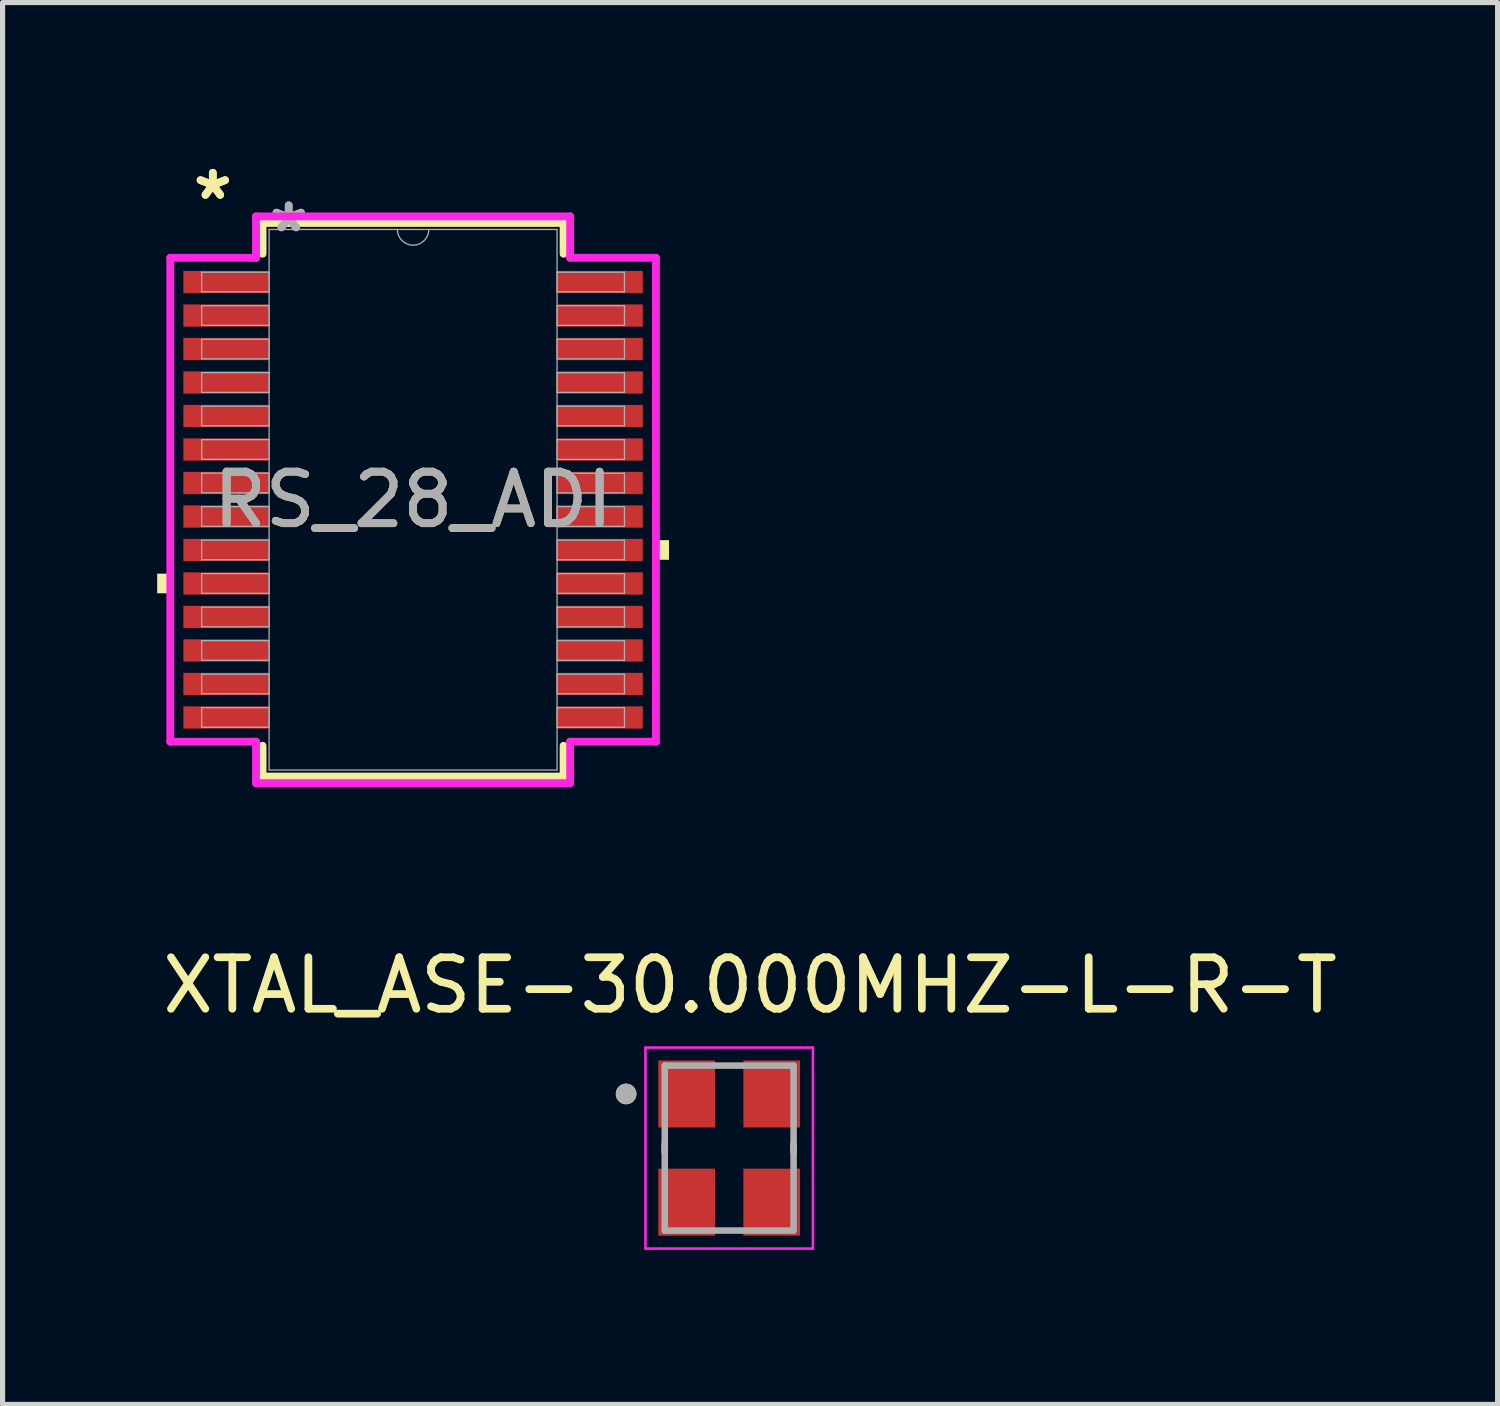
<source format=kicad_pcb>
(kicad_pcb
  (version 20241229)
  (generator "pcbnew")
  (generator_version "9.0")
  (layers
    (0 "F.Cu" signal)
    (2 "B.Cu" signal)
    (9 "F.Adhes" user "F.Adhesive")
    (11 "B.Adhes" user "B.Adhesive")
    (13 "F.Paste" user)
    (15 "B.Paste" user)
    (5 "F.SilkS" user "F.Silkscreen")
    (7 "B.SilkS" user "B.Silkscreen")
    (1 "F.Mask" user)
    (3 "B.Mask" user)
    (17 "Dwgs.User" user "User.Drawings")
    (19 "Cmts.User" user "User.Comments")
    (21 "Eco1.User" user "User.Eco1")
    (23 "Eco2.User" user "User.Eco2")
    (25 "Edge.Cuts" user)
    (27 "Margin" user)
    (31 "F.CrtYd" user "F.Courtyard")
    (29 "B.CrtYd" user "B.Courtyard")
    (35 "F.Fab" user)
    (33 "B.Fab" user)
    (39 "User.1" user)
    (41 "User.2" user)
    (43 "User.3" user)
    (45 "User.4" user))
  (footprint "XTAL_ASE-30.000MHZ-L-R-T"
    (layer "F.Cu")
    (at 11.1 19.229)
    (property "Reference" "XTAL_ASE-30.000MHZ-L-R-T" (at 0.406 -3.158 0) (layer "F.SilkS") (effects (font (size 1 1) (thickness 0.15))))
    (attr smd)
    (fp_line (start -1.25 -0.08) (end -1.25 0.08) (stroke (width 0.127) (type solid)) (layer "F.SilkS"))
    (fp_line (start 1.25 0.08) (end 1.25 -0.08) (stroke (width 0.127) (type solid)) (layer "F.SilkS"))
    (fp_circle (center -2 -1.05) (end -1.9 -1.05) (stroke (width 0.2) (type solid)) (fill no) (layer "F.SilkS"))
    (fp_line (start -1.625 -1.95) (end 1.625 -1.95) (stroke (width 0.05) (type solid)) (layer "F.CrtYd"))
    (fp_line (start -1.625 1.95) (end -1.625 -1.95) (stroke (width 0.05) (type solid)) (layer "F.CrtYd"))
    (fp_line (start 1.625 -1.95) (end 1.625 1.95) (stroke (width 0.05) (type solid)) (layer "F.CrtYd"))
    (fp_line (start 1.625 1.95) (end -1.625 1.95) (stroke (width 0.05) (type solid)) (layer "F.CrtYd"))
    (fp_line (start -1.25 -1.6) (end 1.25 -1.6) (stroke (width 0.127) (type solid)) (layer "F.Fab"))
    (fp_line (start -1.25 1.6) (end -1.25 -1.6) (stroke (width 0.127) (type solid)) (layer "F.Fab"))
    (fp_line (start 1.25 -1.6) (end 1.25 1.6) (stroke (width 0.127) (type solid)) (layer "F.Fab"))
    (fp_line (start 1.25 1.6) (end -1.25 1.6) (stroke (width 0.127) (type solid)) (layer "F.Fab"))
    (fp_circle (center -2 -1.05) (end -1.9 -1.05) (stroke (width 0.2) (type solid)) (fill no) (layer "F.Fab"))
    (pad "1" smd rect (at -0.825 -1.05) (size 1.1 1.3) (layers "F.Cu" "F.Mask" "F.Paste"))
    (pad "2" smd rect (at -0.825 1.05) (size 1.1 1.3) (layers "F.Cu" "F.Mask" "F.Paste"))
    (pad "3" smd rect (at 0.825 1.05) (size 1.1 1.3) (layers "F.Cu" "F.Mask" "F.Paste"))
    (pad "4" smd rect (at 0.825 -1.05) (size 1.1 1.3) (layers "F.Cu" "F.Mask" "F.Paste")))
  (footprint "RS_28_ADI"
    (layer "F.Cu")
    (at 4.966 6.648)
    (property "Reference" "RS_28_ADI" (at 0 0 0) (unlocked yes) (layer "F.SilkS") (effects (font (size 1 1) (thickness 0.15))))
    (attr smd)
    (fp_line (start -2.921 -5.372) (end -2.921 -4.774) (stroke (width 0.152) (type solid)) (layer "F.SilkS"))
    (fp_line (start -2.921 4.774) (end -2.921 5.372) (stroke (width 0.152) (type solid)) (layer "F.SilkS"))
    (fp_line (start -2.921 5.372) (end 2.921 5.372) (stroke (width 0.152) (type solid)) (layer "F.SilkS"))
    (fp_line (start 2.921 -5.372) (end -2.921 -5.372) (stroke (width 0.152) (type solid)) (layer "F.SilkS"))
    (fp_line (start 2.921 -4.774) (end 2.921 -5.372) (stroke (width 0.152) (type solid)) (layer "F.SilkS"))
    (fp_line (start 2.921 5.372) (end 2.921 4.774) (stroke (width 0.152) (type solid)) (layer "F.SilkS"))
    (fp_poly (pts (xy -4.966 1.434) (xy -4.966 1.815) (xy -4.712 1.815) (xy -4.712 1.434)) (stroke (width 0) (type solid)) (fill yes) (layer "F.SilkS"))
    (fp_poly (pts (xy 4.966 0.784) (xy 4.966 1.165) (xy 4.712 1.165) (xy 4.712 0.784)) (stroke (width 0) (type solid)) (fill yes) (layer "F.SilkS"))
    (fp_line (start -4.712 -4.695) (end -3.048 -4.695) (stroke (width 0.152) (type solid)) (layer "F.CrtYd"))
    (fp_line (start -4.712 4.695) (end -4.712 -4.695) (stroke (width 0.152) (type solid)) (layer "F.CrtYd"))
    (fp_line (start -4.712 4.695) (end -3.048 4.695) (stroke (width 0.152) (type solid)) (layer "F.CrtYd"))
    (fp_line (start -3.048 -5.499) (end 3.048 -5.499) (stroke (width 0.152) (type solid)) (layer "F.CrtYd"))
    (fp_line (start -3.048 -4.695) (end -3.048 -5.499) (stroke (width 0.152) (type solid)) (layer "F.CrtYd"))
    (fp_line (start -3.048 5.499) (end -3.048 4.695) (stroke (width 0.152) (type solid)) (layer "F.CrtYd"))
    (fp_line (start 3.048 -5.499) (end 3.048 -4.695) (stroke (width 0.152) (type solid)) (layer "F.CrtYd"))
    (fp_line (start 3.048 4.695) (end 3.048 5.499) (stroke (width 0.152) (type solid)) (layer "F.CrtYd"))
    (fp_line (start 3.048 5.499) (end -3.048 5.499) (stroke (width 0.152) (type solid)) (layer "F.CrtYd"))
    (fp_line (start 4.712 -4.695) (end 3.048 -4.695) (stroke (width 0.152) (type solid)) (layer "F.CrtYd"))
    (fp_line (start 4.712 -4.695) (end 4.712 4.695) (stroke (width 0.152) (type solid)) (layer "F.CrtYd"))
    (fp_line (start 4.712 4.695) (end 3.048 4.695) (stroke (width 0.152) (type solid)) (layer "F.CrtYd"))
    (fp_line (start -4.102 -4.415) (end -4.102 -4.035) (stroke (width 0.025) (type solid)) (layer "F.Fab"))
    (fp_line (start -4.102 -4.035) (end -2.794 -4.035) (stroke (width 0.025) (type solid)) (layer "F.Fab"))
    (fp_line (start -4.102 -3.765) (end -4.102 -3.385) (stroke (width 0.025) (type solid)) (layer "F.Fab"))
    (fp_line (start -4.102 -3.385) (end -2.794 -3.385) (stroke (width 0.025) (type solid)) (layer "F.Fab"))
    (fp_line (start -4.102 -3.115) (end -4.102 -2.735) (stroke (width 0.025) (type solid)) (layer "F.Fab"))
    (fp_line (start -4.102 -2.735) (end -2.794 -2.735) (stroke (width 0.025) (type solid)) (layer "F.Fab"))
    (fp_line (start -4.102 -2.466) (end -4.102 -2.084) (stroke (width 0.025) (type solid)) (layer "F.Fab"))
    (fp_line (start -4.102 -2.084) (end -2.794 -2.084) (stroke (width 0.025) (type solid)) (layer "F.Fab"))
    (fp_line (start -4.102 -1.816) (end -4.102 -1.435) (stroke (width 0.025) (type solid)) (layer "F.Fab"))
    (fp_line (start -4.102 -1.435) (end -2.794 -1.435) (stroke (width 0.025) (type solid)) (layer "F.Fab"))
    (fp_line (start -4.102 -1.166) (end -4.102 -0.785) (stroke (width 0.025) (type solid)) (layer "F.Fab"))
    (fp_line (start -4.102 -0.785) (end -2.794 -0.785) (stroke (width 0.025) (type solid)) (layer "F.Fab"))
    (fp_line (start -4.102 -0.516) (end -4.102 -0.135) (stroke (width 0.025) (type solid)) (layer "F.Fab"))
    (fp_line (start -4.102 -0.135) (end -2.794 -0.135) (stroke (width 0.025) (type solid)) (layer "F.Fab"))
    (fp_line (start -4.102 0.134) (end -4.102 0.515) (stroke (width 0.025) (type solid)) (layer "F.Fab"))
    (fp_line (start -4.102 0.515) (end -2.794 0.515) (stroke (width 0.025) (type solid)) (layer "F.Fab"))
    (fp_line (start -4.102 0.784) (end -4.102 1.165) (stroke (width 0.025) (type solid)) (layer "F.Fab"))
    (fp_line (start -4.102 1.165) (end -2.794 1.165) (stroke (width 0.025) (type solid)) (layer "F.Fab"))
    (fp_line (start -4.102 1.434) (end -4.102 1.815) (stroke (width 0.025) (type solid)) (layer "F.Fab"))
    (fp_line (start -4.102 1.815) (end -2.794 1.815) (stroke (width 0.025) (type solid)) (layer "F.Fab"))
    (fp_line (start -4.102 2.084) (end -4.102 2.465) (stroke (width 0.025) (type solid)) (layer "F.Fab"))
    (fp_line (start -4.102 2.465) (end -2.794 2.465) (stroke (width 0.025) (type solid)) (layer "F.Fab"))
    (fp_line (start -4.102 2.734) (end -4.102 3.115) (stroke (width 0.025) (type solid)) (layer "F.Fab"))
    (fp_line (start -4.102 3.115) (end -2.794 3.115) (stroke (width 0.025) (type solid)) (layer "F.Fab"))
    (fp_line (start -4.102 3.384) (end -4.102 3.765) (stroke (width 0.025) (type solid)) (layer "F.Fab"))
    (fp_line (start -4.102 3.765) (end -2.794 3.765) (stroke (width 0.025) (type solid)) (layer "F.Fab"))
    (fp_line (start -4.102 4.034) (end -4.102 4.415) (stroke (width 0.025) (type solid)) (layer "F.Fab"))
    (fp_line (start -4.102 4.415) (end -2.794 4.415) (stroke (width 0.025) (type solid)) (layer "F.Fab"))
    (fp_line (start -2.794 -5.245) (end -2.794 5.245) (stroke (width 0.025) (type solid)) (layer "F.Fab"))
    (fp_line (start -2.794 -4.415) (end -4.102 -4.415) (stroke (width 0.025) (type solid)) (layer "F.Fab"))
    (fp_line (start -2.794 -4.035) (end -2.794 -4.415) (stroke (width 0.025) (type solid)) (layer "F.Fab"))
    (fp_line (start -2.794 -3.765) (end -4.102 -3.765) (stroke (width 0.025) (type solid)) (layer "F.Fab"))
    (fp_line (start -2.794 -3.385) (end -2.794 -3.765) (stroke (width 0.025) (type solid)) (layer "F.Fab"))
    (fp_line (start -2.794 -3.115) (end -4.102 -3.115) (stroke (width 0.025) (type solid)) (layer "F.Fab"))
    (fp_line (start -2.794 -2.735) (end -2.794 -3.115) (stroke (width 0.025) (type solid)) (layer "F.Fab"))
    (fp_line (start -2.794 -2.466) (end -4.102 -2.466) (stroke (width 0.025) (type solid)) (layer "F.Fab"))
    (fp_line (start -2.794 -2.084) (end -2.794 -2.466) (stroke (width 0.025) (type solid)) (layer "F.Fab"))
    (fp_line (start -2.794 -1.816) (end -4.102 -1.816) (stroke (width 0.025) (type solid)) (layer "F.Fab"))
    (fp_line (start -2.794 -1.435) (end -2.794 -1.816) (stroke (width 0.025) (type solid)) (layer "F.Fab"))
    (fp_line (start -2.794 -1.166) (end -4.102 -1.166) (stroke (width 0.025) (type solid)) (layer "F.Fab"))
    (fp_line (start -2.794 -0.785) (end -2.794 -1.166) (stroke (width 0.025) (type solid)) (layer "F.Fab"))
    (fp_line (start -2.794 -0.516) (end -4.102 -0.516) (stroke (width 0.025) (type solid)) (layer "F.Fab"))
    (fp_line (start -2.794 -0.135) (end -2.794 -0.516) (stroke (width 0.025) (type solid)) (layer "F.Fab"))
    (fp_line (start -2.794 0.134) (end -4.102 0.134) (stroke (width 0.025) (type solid)) (layer "F.Fab"))
    (fp_line (start -2.794 0.515) (end -2.794 0.134) (stroke (width 0.025) (type solid)) (layer "F.Fab"))
    (fp_line (start -2.794 0.784) (end -4.102 0.784) (stroke (width 0.025) (type solid)) (layer "F.Fab"))
    (fp_line (start -2.794 1.165) (end -2.794 0.784) (stroke (width 0.025) (type solid)) (layer "F.Fab"))
    (fp_line (start -2.794 1.434) (end -4.102 1.434) (stroke (width 0.025) (type solid)) (layer "F.Fab"))
    (fp_line (start -2.794 1.815) (end -2.794 1.434) (stroke (width 0.025) (type solid)) (layer "F.Fab"))
    (fp_line (start -2.794 2.084) (end -4.102 2.084) (stroke (width 0.025) (type solid)) (layer "F.Fab"))
    (fp_line (start -2.794 2.465) (end -2.794 2.084) (stroke (width 0.025) (type solid)) (layer "F.Fab"))
    (fp_line (start -2.794 2.734) (end -4.102 2.734) (stroke (width 0.025) (type solid)) (layer "F.Fab"))
    (fp_line (start -2.794 3.115) (end -2.794 2.734) (stroke (width 0.025) (type solid)) (layer "F.Fab"))
    (fp_line (start -2.794 3.384) (end -4.102 3.384) (stroke (width 0.025) (type solid)) (layer "F.Fab"))
    (fp_line (start -2.794 3.765) (end -2.794 3.384) (stroke (width 0.025) (type solid)) (layer "F.Fab"))
    (fp_line (start -2.794 4.034) (end -4.102 4.034) (stroke (width 0.025) (type solid)) (layer "F.Fab"))
    (fp_line (start -2.794 4.415) (end -2.794 4.034) (stroke (width 0.025) (type solid)) (layer "F.Fab"))
    (fp_line (start -2.794 5.245) (end 2.794 5.245) (stroke (width 0.025) (type solid)) (layer "F.Fab"))
    (fp_line (start 2.794 -5.245) (end -2.794 -5.245) (stroke (width 0.025) (type solid)) (layer "F.Fab"))
    (fp_line (start 2.794 -4.415) (end 2.794 -4.034) (stroke (width 0.025) (type solid)) (layer "F.Fab"))
    (fp_line (start 2.794 -4.034) (end 4.102 -4.034) (stroke (width 0.025) (type solid)) (layer "F.Fab"))
    (fp_line (start 2.794 -3.765) (end 2.794 -3.384) (stroke (width 0.025) (type solid)) (layer "F.Fab"))
    (fp_line (start 2.794 -3.384) (end 4.102 -3.384) (stroke (width 0.025) (type solid)) (layer "F.Fab"))
    (fp_line (start 2.794 -3.115) (end 2.794 -2.734) (stroke (width 0.025) (type solid)) (layer "F.Fab"))
    (fp_line (start 2.794 -2.734) (end 4.102 -2.734) (stroke (width 0.025) (type solid)) (layer "F.Fab"))
    (fp_line (start 2.794 -2.465) (end 2.794 -2.084) (stroke (width 0.025) (type solid)) (layer "F.Fab"))
    (fp_line (start 2.794 -2.084) (end 4.102 -2.084) (stroke (width 0.025) (type solid)) (layer "F.Fab"))
    (fp_line (start 2.794 -1.815) (end 2.794 -1.434) (stroke (width 0.025) (type solid)) (layer "F.Fab"))
    (fp_line (start 2.794 -1.434) (end 4.102 -1.434) (stroke (width 0.025) (type solid)) (layer "F.Fab"))
    (fp_line (start 2.794 -1.165) (end 2.794 -0.784) (stroke (width 0.025) (type solid)) (layer "F.Fab"))
    (fp_line (start 2.794 -0.784) (end 4.102 -0.784) (stroke (width 0.025) (type solid)) (layer "F.Fab"))
    (fp_line (start 2.794 -0.515) (end 2.794 -0.134) (stroke (width 0.025) (type solid)) (layer "F.Fab"))
    (fp_line (start 2.794 -0.134) (end 4.102 -0.134) (stroke (width 0.025) (type solid)) (layer "F.Fab"))
    (fp_line (start 2.794 0.135) (end 2.794 0.516) (stroke (width 0.025) (type solid)) (layer "F.Fab"))
    (fp_line (start 2.794 0.516) (end 4.102 0.516) (stroke (width 0.025) (type solid)) (layer "F.Fab"))
    (fp_line (start 2.794 0.784) (end 2.794 1.165) (stroke (width 0.025) (type solid)) (layer "F.Fab"))
    (fp_line (start 2.794 1.165) (end 4.102 1.165) (stroke (width 0.025) (type solid)) (layer "F.Fab"))
    (fp_line (start 2.794 1.435) (end 2.794 1.815) (stroke (width 0.025) (type solid)) (layer "F.Fab"))
    (fp_line (start 2.794 1.815) (end 4.102 1.815) (stroke (width 0.025) (type solid)) (layer "F.Fab"))
    (fp_line (start 2.794 2.084) (end 2.794 2.466) (stroke (width 0.025) (type solid)) (layer "F.Fab"))
    (fp_line (start 2.794 2.466) (end 4.102 2.466) (stroke (width 0.025) (type solid)) (layer "F.Fab"))
    (fp_line (start 2.794 2.735) (end 2.794 3.115) (stroke (width 0.025) (type solid)) (layer "F.Fab"))
    (fp_line (start 2.794 3.115) (end 4.102 3.115) (stroke (width 0.025) (type solid)) (layer "F.Fab"))
    (fp_line (start 2.794 3.385) (end 2.794 3.765) (stroke (width 0.025) (type solid)) (layer "F.Fab"))
    (fp_line (start 2.794 3.765) (end 4.102 3.765) (stroke (width 0.025) (type solid)) (layer "F.Fab"))
    (fp_line (start 2.794 4.035) (end 2.794 4.415) (stroke (width 0.025) (type solid)) (layer "F.Fab"))
    (fp_line (start 2.794 4.415) (end 4.102 4.415) (stroke (width 0.025) (type solid)) (layer "F.Fab"))
    (fp_line (start 2.794 5.245) (end 2.794 -5.245) (stroke (width 0.025) (type solid)) (layer "F.Fab"))
    (fp_line (start 4.102 -4.415) (end 2.794 -4.415) (stroke (width 0.025) (type solid)) (layer "F.Fab"))
    (fp_line (start 4.102 -4.034) (end 4.102 -4.415) (stroke (width 0.025) (type solid)) (layer "F.Fab"))
    (fp_line (start 4.102 -3.765) (end 2.794 -3.765) (stroke (width 0.025) (type solid)) (layer "F.Fab"))
    (fp_line (start 4.102 -3.384) (end 4.102 -3.765) (stroke (width 0.025) (type solid)) (layer "F.Fab"))
    (fp_line (start 4.102 -3.115) (end 2.794 -3.115) (stroke (width 0.025) (type solid)) (layer "F.Fab"))
    (fp_line (start 4.102 -2.734) (end 4.102 -3.115) (stroke (width 0.025) (type solid)) (layer "F.Fab"))
    (fp_line (start 4.102 -2.465) (end 2.794 -2.465) (stroke (width 0.025) (type solid)) (layer "F.Fab"))
    (fp_line (start 4.102 -2.084) (end 4.102 -2.465) (stroke (width 0.025) (type solid)) (layer "F.Fab"))
    (fp_line (start 4.102 -1.815) (end 2.794 -1.815) (stroke (width 0.025) (type solid)) (layer "F.Fab"))
    (fp_line (start 4.102 -1.434) (end 4.102 -1.815) (stroke (width 0.025) (type solid)) (layer "F.Fab"))
    (fp_line (start 4.102 -1.165) (end 2.794 -1.165) (stroke (width 0.025) (type solid)) (layer "F.Fab"))
    (fp_line (start 4.102 -0.784) (end 4.102 -1.165) (stroke (width 0.025) (type solid)) (layer "F.Fab"))
    (fp_line (start 4.102 -0.515) (end 2.794 -0.515) (stroke (width 0.025) (type solid)) (layer "F.Fab"))
    (fp_line (start 4.102 -0.134) (end 4.102 -0.515) (stroke (width 0.025) (type solid)) (layer "F.Fab"))
    (fp_line (start 4.102 0.135) (end 2.794 0.135) (stroke (width 0.025) (type solid)) (layer "F.Fab"))
    (fp_line (start 4.102 0.516) (end 4.102 0.135) (stroke (width 0.025) (type solid)) (layer "F.Fab"))
    (fp_line (start 4.102 0.784) (end 2.794 0.784) (stroke (width 0.025) (type solid)) (layer "F.Fab"))
    (fp_line (start 4.102 1.165) (end 4.102 0.784) (stroke (width 0.025) (type solid)) (layer "F.Fab"))
    (fp_line (start 4.102 1.435) (end 2.794 1.435) (stroke (width 0.025) (type solid)) (layer "F.Fab"))
    (fp_line (start 4.102 1.815) (end 4.102 1.435) (stroke (width 0.025) (type solid)) (layer "F.Fab"))
    (fp_line (start 4.102 2.084) (end 2.794 2.084) (stroke (width 0.025) (type solid)) (layer "F.Fab"))
    (fp_line (start 4.102 2.466) (end 4.102 2.084) (stroke (width 0.025) (type solid)) (layer "F.Fab"))
    (fp_line (start 4.102 2.735) (end 2.794 2.735) (stroke (width 0.025) (type solid)) (layer "F.Fab"))
    (fp_line (start 4.102 3.115) (end 4.102 2.735) (stroke (width 0.025) (type solid)) (layer "F.Fab"))
    (fp_line (start 4.102 3.385) (end 2.794 3.385) (stroke (width 0.025) (type solid)) (layer "F.Fab"))
    (fp_line (start 4.102 3.765) (end 4.102 3.385) (stroke (width 0.025) (type solid)) (layer "F.Fab"))
    (fp_line (start 4.102 4.035) (end 2.794 4.035) (stroke (width 0.025) (type solid)) (layer "F.Fab"))
    (fp_line (start 4.102 4.415) (end 4.102 4.035) (stroke (width 0.025) (type solid)) (layer "F.Fab"))
    (fp_arc (start 0.3048 -5.2451) (mid 0 -4.9403) (end -0.3048 -5.2451) (stroke (width 0.0254) (type solid)) (layer "F.Fab"))
    (fp_text user "*" (at -3.886 -5.8 0) (layer "F.SilkS") (effects (font (size 1 1) (thickness 0.15))))
    (fp_text user "*" (at -3.886 -5.8 0) (unlocked yes) (layer "F.SilkS") (effects (font (size 1 1) (thickness 0.15))))
    (fp_text user "*" (at -2.413 -5.169 0) (layer "F.Fab") (effects (font (size 1 1) (thickness 0.15))))
    (fp_text user "*" (at -2.413 -5.169 0) (unlocked yes) (layer "F.Fab") (effects (font (size 1 1) (thickness 0.15))))
    (fp_text user "${REFERENCE}" (at 0 0 0) (unlocked yes) (layer "F.Fab") (effects (font (size 1 1) (thickness 0.15))))
    (pad "1" smd rect (at -3.632 -4.225) (size 1.651 0.432) (layers "F.Cu" "F.Mask" "F.Paste"))
    (pad "2" smd rect (at -3.632 -3.575) (size 1.651 0.432) (layers "F.Cu" "F.Mask" "F.Paste"))
    (pad "3" smd rect (at -3.632 -2.925) (size 1.651 0.432) (layers "F.Cu" "F.Mask" "F.Paste"))
    (pad "4" smd rect (at -3.632 -2.275) (size 1.651 0.432) (layers "F.Cu" "F.Mask" "F.Paste"))
    (pad "5" smd rect (at -3.632 -1.625) (size 1.651 0.432) (layers "F.Cu" "F.Mask" "F.Paste"))
    (pad "6" smd rect (at -3.632 -0.975) (size 1.651 0.432) (layers "F.Cu" "F.Mask" "F.Paste"))
    (pad "7" smd rect (at -3.632 -0.325) (size 1.651 0.432) (layers "F.Cu" "F.Mask" "F.Paste"))
    (pad "8" smd rect (at -3.632 0.325) (size 1.651 0.432) (layers "F.Cu" "F.Mask" "F.Paste"))
    (pad "9" smd rect (at -3.632 0.975) (size 1.651 0.432) (layers "F.Cu" "F.Mask" "F.Paste"))
    (pad "10" smd rect (at -3.632 1.625) (size 1.651 0.432) (layers "F.Cu" "F.Mask" "F.Paste"))
    (pad "11" smd rect (at -3.632 2.275) (size 1.651 0.432) (layers "F.Cu" "F.Mask" "F.Paste"))
    (pad "12" smd rect (at -3.632 2.925) (size 1.651 0.432) (layers "F.Cu" "F.Mask" "F.Paste"))
    (pad "13" smd rect (at -3.632 3.575) (size 1.651 0.432) (layers "F.Cu" "F.Mask" "F.Paste"))
    (pad "14" smd rect (at -3.632 4.225) (size 1.651 0.432) (layers "F.Cu" "F.Mask" "F.Paste"))
    (pad "15" smd rect (at 3.632 4.225) (size 1.651 0.432) (layers "F.Cu" "F.Mask" "F.Paste"))
    (pad "16" smd rect (at 3.632 3.575) (size 1.651 0.432) (layers "F.Cu" "F.Mask" "F.Paste"))
    (pad "17" smd rect (at 3.632 2.925) (size 1.651 0.432) (layers "F.Cu" "F.Mask" "F.Paste"))
    (pad "18" smd rect (at 3.632 2.275) (size 1.651 0.432) (layers "F.Cu" "F.Mask" "F.Paste"))
    (pad "19" smd rect (at 3.632 1.625) (size 1.651 0.432) (layers "F.Cu" "F.Mask" "F.Paste"))
    (pad "20" smd rect (at 3.632 0.975) (size 1.651 0.432) (layers "F.Cu" "F.Mask" "F.Paste"))
    (pad "21" smd rect (at 3.632 0.325) (size 1.651 0.432) (layers "F.Cu" "F.Mask" "F.Paste"))
    (pad "22" smd rect (at 3.632 -0.325) (size 1.651 0.432) (layers "F.Cu" "F.Mask" "F.Paste"))
    (pad "23" smd rect (at 3.632 -0.975) (size 1.651 0.432) (layers "F.Cu" "F.Mask" "F.Paste"))
    (pad "24" smd rect (at 3.632 -1.625) (size 1.651 0.432) (layers "F.Cu" "F.Mask" "F.Paste"))
    (pad "25" smd rect (at 3.632 -2.275) (size 1.651 0.432) (layers "F.Cu" "F.Mask" "F.Paste"))
    (pad "26" smd rect (at 3.632 -2.925) (size 1.651 0.432) (layers "F.Cu" "F.Mask" "F.Paste"))
    (pad "27" smd rect (at 3.632 -3.575) (size 1.651 0.432) (layers "F.Cu" "F.Mask" "F.Paste"))
    (pad "28" smd rect (at 3.632 -4.225) (size 1.651 0.432) (layers "F.Cu" "F.Mask" "F.Paste")))
  (gr_rect
    (start -3 -3)
    (end 26.012 24.204)
    (stroke (width 0.1) (type default))
    (fill no)
    (layer "Edge.Cuts")))
</source>
